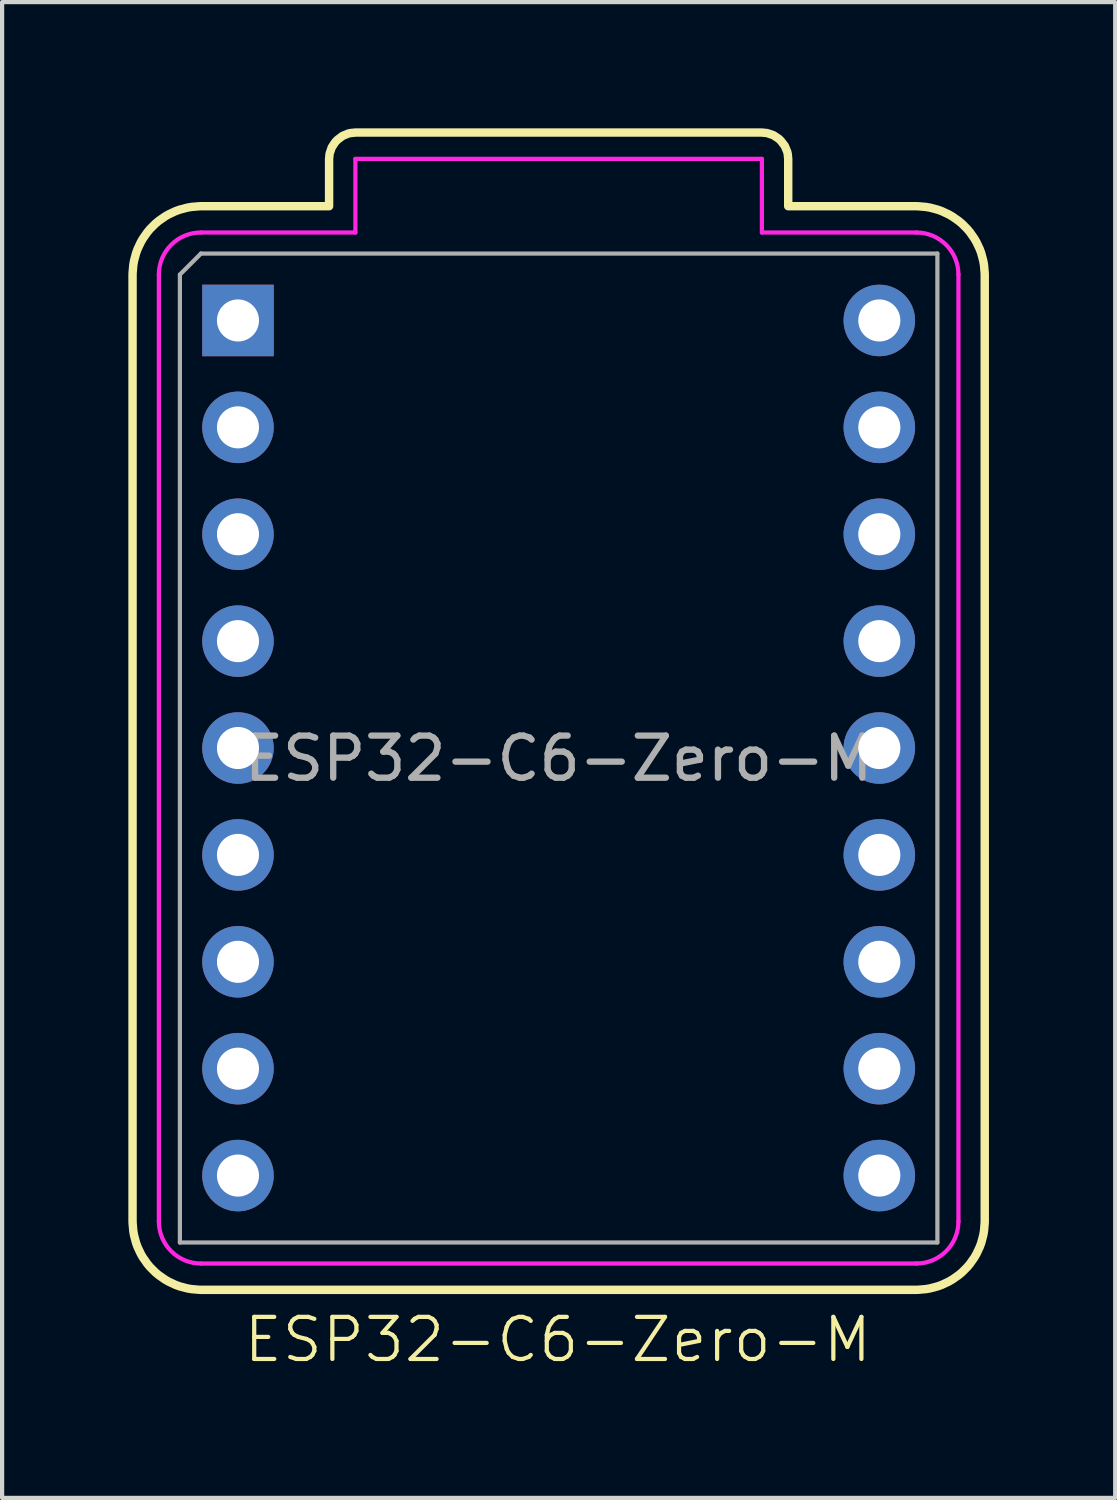
<source format=kicad_pcb>
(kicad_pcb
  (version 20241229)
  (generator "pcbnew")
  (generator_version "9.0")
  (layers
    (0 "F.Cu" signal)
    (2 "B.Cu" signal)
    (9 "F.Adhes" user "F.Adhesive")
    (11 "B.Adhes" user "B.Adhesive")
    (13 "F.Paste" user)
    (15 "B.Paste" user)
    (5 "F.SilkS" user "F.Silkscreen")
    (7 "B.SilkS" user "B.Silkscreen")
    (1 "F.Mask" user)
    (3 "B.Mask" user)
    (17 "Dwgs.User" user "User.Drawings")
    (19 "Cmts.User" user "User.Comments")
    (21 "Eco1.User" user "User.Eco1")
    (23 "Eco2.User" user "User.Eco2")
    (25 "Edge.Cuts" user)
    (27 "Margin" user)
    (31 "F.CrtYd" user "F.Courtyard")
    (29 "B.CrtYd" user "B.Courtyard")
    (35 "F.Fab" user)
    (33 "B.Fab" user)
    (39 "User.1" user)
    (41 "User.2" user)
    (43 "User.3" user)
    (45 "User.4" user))
  (footprint "ESP32-C6-Zero-M"
    (layer "F.Cu")
    (at 10.225 14.725)
    (property "Reference" "ESP32-C6-Zero-M" (at -0.02 14.06 0) (unlocked yes) (layer "F.SilkS") (effects (font (size 1 1) (thickness 0.1))))
    (attr through_hole)
    (fp_poly (pts (xy 9.268 -12.68) (xy 9.102 -12.758) (xy 9.008 -12.792) (xy 8.831 -12.839) (xy 8.732 -12.857) (xy 8.55 -12.873) (xy 8.5 -12.875) (xy 5.455 -12.875) (xy 5.455 -14) (xy 5.444 -14.112) (xy 5.44 -14.131) (xy 5.432 -14.168) (xy 5.374 -14.307) (xy 5.283 -14.426) (xy 5.256 -14.453) (xy 5.228 -14.479) (xy 5.103 -14.562) (xy 4.961 -14.61) (xy 4.942 -14.614) (xy 4.83 -14.625) (xy -4.83 -14.625) (xy -4.942 -14.614) (xy -4.961 -14.61) (xy -4.998 -14.602) (xy -5.137 -14.544) (xy -5.256 -14.453) (xy -5.283 -14.426) (xy -5.309 -14.398) (xy -5.392 -14.273) (xy -5.44 -14.131) (xy -5.444 -14.112) (xy -5.455 -14) (xy -5.455 -12.875) (xy -8.5 -12.875) (xy -8.55 -12.873) (xy -8.732 -12.857) (xy -8.831 -12.839) (xy -9.008 -12.792) (xy -9.102 -12.758) (xy -9.268 -12.68) (xy -9.355 -12.63) (xy -9.505 -12.525) (xy -9.582 -12.461) (xy -9.711 -12.332) (xy -9.775 -12.255) (xy -9.88 -12.105) (xy -9.93 -12.018) (xy -10.008 -11.852) (xy -10.042 -11.758) (xy -10.089 -11.581) (xy -10.107 -11.482) (xy -10.123 -11.3) (xy -10.124 -11.283) (xy -10.125 -11.25) (xy -10.125 11.25) (xy -10.123 11.3) (xy -10.107 11.482) (xy -10.089 11.581) (xy -10.042 11.758) (xy -10.008 11.852) (xy -9.93 12.018) (xy -9.88 12.105) (xy -9.775 12.255) (xy -9.711 12.332) (xy -9.582 12.461) (xy -9.505 12.525) (xy -9.355 12.63) (xy -9.268 12.68) (xy -9.102 12.758) (xy -9.008 12.792) (xy -8.831 12.839) (xy -8.732 12.857) (xy -8.55 12.873) (xy -8.5 12.875) (xy 8.5 12.875) (xy 8.55 12.873) (xy 8.732 12.857) (xy 8.831 12.839) (xy 9.008 12.792) (xy 9.102 12.758) (xy 9.268 12.68) (xy 9.355 12.63) (xy 9.505 12.525) (xy 9.582 12.461) (xy 9.711 12.332) (xy 9.775 12.255) (xy 9.88 12.105) (xy 9.93 12.018) (xy 10.008 11.852) (xy 10.042 11.758) (xy 10.089 11.581) (xy 10.107 11.482) (xy 10.123 11.3) (xy 10.125 11.25) (xy 10.125 -11.25) (xy 10.123 -11.3) (xy 10.107 -11.482) (xy 10.089 -11.581) (xy 10.042 -11.758) (xy 10.008 -11.852) (xy 9.93 -12.018) (xy 9.88 -12.105) (xy 9.775 -12.255) (xy 9.711 -12.332) (xy 9.582 -12.461) (xy 9.505 -12.525) (xy 9.355 -12.63)) (stroke (width 0.2) (type solid)) (fill no) (layer "F.SilkS"))
    (fp_line (start -9.5 11.25) (end -9.5 -11.25) (stroke (width 0.1) (type default)) (layer "F.CrtYd"))
    (fp_line (start -4.83 -14) (end 4.83 -14) (stroke (width 0.1) (type default)) (layer "F.CrtYd"))
    (fp_line (start -4.83 -12.25) (end -8.5 -12.25) (stroke (width 0.1) (type default)) (layer "F.CrtYd"))
    (fp_line (start -4.83 -12.25) (end -4.83 -14) (stroke (width 0.1) (type default)) (layer "F.CrtYd"))
    (fp_line (start 4.83 -14) (end 4.83 -12.25) (stroke (width 0.1) (type default)) (layer "F.CrtYd"))
    (fp_line (start 8.5 -12.25) (end 4.83 -12.25) (stroke (width 0.1) (type default)) (layer "F.CrtYd"))
    (fp_line (start 8.5 12.25) (end -8.5 12.25) (stroke (width 0.1) (type default)) (layer "F.CrtYd"))
    (fp_line (start 9.5 -11.25) (end 9.5 11.25) (stroke (width 0.1) (type default)) (layer "F.CrtYd"))
    (fp_arc (start -9.5 -11.25) (mid -9.207107 -11.957107) (end -8.5 -12.25) (stroke (width 0.1) (type default)) (layer "F.CrtYd"))
    (fp_arc (start -8.5 12.25) (mid -9.207107 11.957107) (end -9.5 11.25) (stroke (width 0.1) (type default)) (layer "F.CrtYd"))
    (fp_arc (start 8.5 -12.25) (mid 9.207107 -11.957107) (end 9.5 -11.25) (stroke (width 0.1) (type default)) (layer "F.CrtYd"))
    (fp_arc (start 9.5 11.25) (mid 9.207107 11.957107) (end 8.5 12.25) (stroke (width 0.1) (type default)) (layer "F.CrtYd"))
    (fp_line (start -9 -11.25) (end -9 11.75) (stroke (width 0.1) (type default)) (layer "F.Fab"))
    (fp_line (start -9 -11.25) (end -8.5 -11.75) (stroke (width 0.1) (type default)) (layer "F.Fab"))
    (fp_line (start -9 11.75) (end 9 11.75) (stroke (width 0.1) (type default)) (layer "F.Fab"))
    (fp_line (start -8.5 -11.75) (end 9 -11.75) (stroke (width 0.1) (type default)) (layer "F.Fab"))
    (fp_line (start 9 -11.75) (end 9 11.75) (stroke (width 0.1) (type default)) (layer "F.Fab"))
    (fp_text user "${REFERENCE}" (at 0 0.25 0) (unlocked yes) (layer "F.Fab") (effects (font (size 1 1) (thickness 0.15))))
    (pad "1" thru_hole rect (at -7.62 -10.16) (size 1.7 1.7) (drill 1) (layers "*.Cu" "*.Mask"))
    (pad "2" thru_hole oval (at -7.62 -7.62) (size 1.7 1.7) (drill 1) (layers "*.Cu" "*.Mask"))
    (pad "3" thru_hole oval (at -7.62 -5.08) (size 1.7 1.7) (drill 1) (layers "*.Cu" "*.Mask"))
    (pad "4" thru_hole oval (at -7.62 -2.54) (size 1.7 1.7) (drill 1) (layers "*.Cu" "*.Mask"))
    (pad "5" thru_hole oval (at -7.62 0) (size 1.7 1.7) (drill 1) (layers "*.Cu" "*.Mask"))
    (pad "6" thru_hole oval (at -7.62 2.54) (size 1.7 1.7) (drill 1) (layers "*.Cu" "*.Mask"))
    (pad "7" thru_hole oval (at -7.62 5.08) (size 1.7 1.7) (drill 1) (layers "*.Cu" "*.Mask"))
    (pad "8" thru_hole oval (at -7.62 7.62) (size 1.7 1.7) (drill 1) (layers "*.Cu" "*.Mask"))
    (pad "9" thru_hole oval (at -7.62 10.16) (size 1.7 1.7) (drill 1) (layers "*.Cu" "*.Mask"))
    (pad "10" thru_hole oval (at 7.62 10.16) (size 1.7 1.7) (drill 1) (layers "*.Cu" "*.Mask"))
    (pad "11" thru_hole oval (at 7.62 7.62) (size 1.7 1.7) (drill 1) (layers "*.Cu" "*.Mask"))
    (pad "12" thru_hole oval (at 7.62 5.08) (size 1.7 1.7) (drill 1) (layers "*.Cu" "*.Mask"))
    (pad "13" thru_hole oval (at 7.62 2.54) (size 1.7 1.7) (drill 1) (layers "*.Cu" "*.Mask"))
    (pad "14" thru_hole oval (at 7.62 0) (size 1.7 1.7) (drill 1) (layers "*.Cu" "*.Mask"))
    (pad "15" thru_hole oval (at 7.62 -2.54) (size 1.7 1.7) (drill 1) (layers "*.Cu" "*.Mask"))
    (pad "16" thru_hole oval (at 7.62 -5.08) (size 1.7 1.7) (drill 1) (layers "*.Cu" "*.Mask"))
    (pad "17" thru_hole oval (at 7.62 -7.62) (size 1.7 1.7) (drill 1) (layers "*.Cu" "*.Mask"))
    (pad "18" thru_hole circle (at 7.62 -10.16) (size 1.7 1.7) (drill 1) (layers "*.Cu" "*.Mask")))
  (gr_rect
    (start -3 -3)
    (end 23.45 32.545)
    (stroke (width 0.1) (type default))
    (fill no)
    (layer "Edge.Cuts")))
</source>
